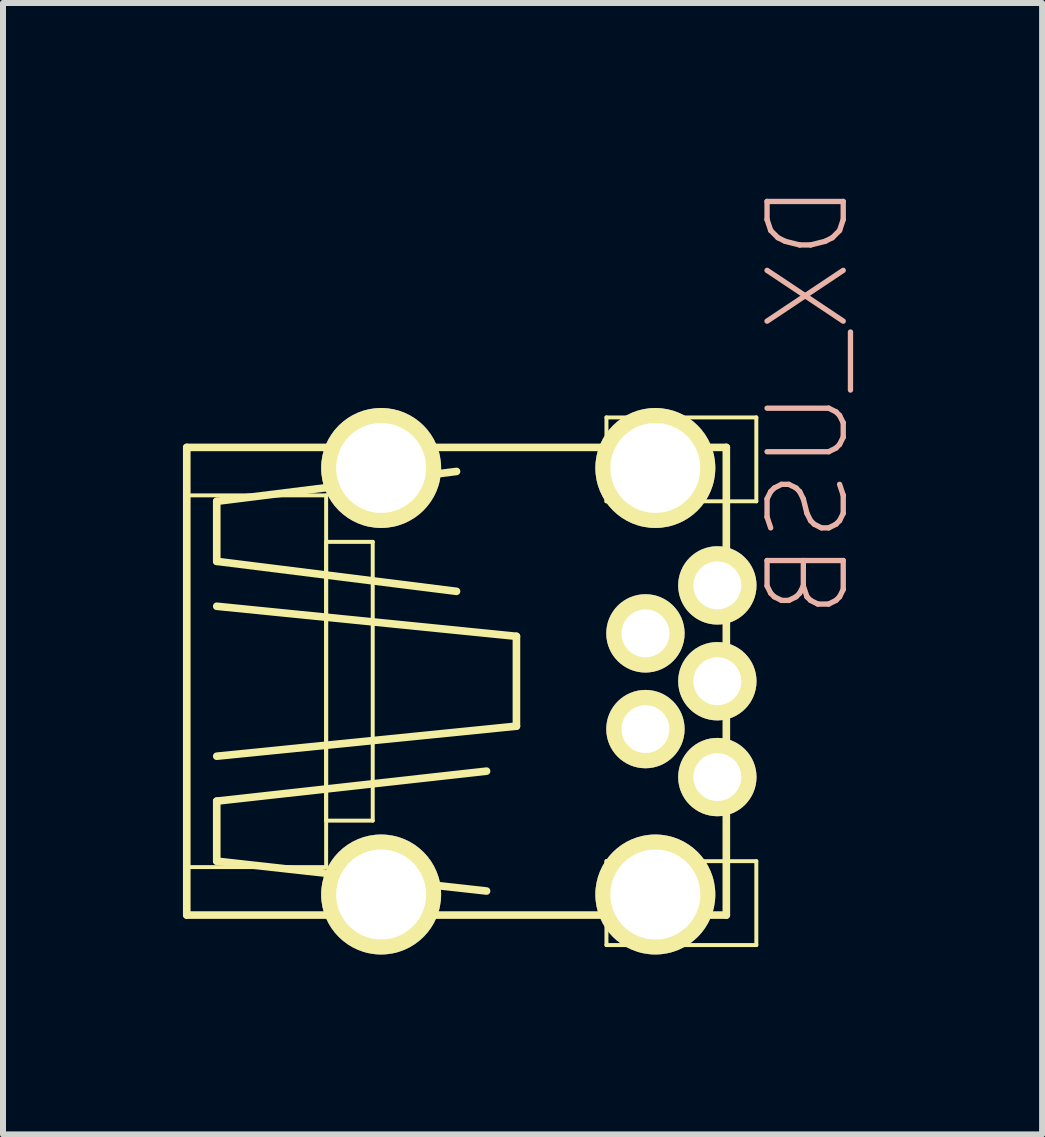
<source format=kicad_pcb>
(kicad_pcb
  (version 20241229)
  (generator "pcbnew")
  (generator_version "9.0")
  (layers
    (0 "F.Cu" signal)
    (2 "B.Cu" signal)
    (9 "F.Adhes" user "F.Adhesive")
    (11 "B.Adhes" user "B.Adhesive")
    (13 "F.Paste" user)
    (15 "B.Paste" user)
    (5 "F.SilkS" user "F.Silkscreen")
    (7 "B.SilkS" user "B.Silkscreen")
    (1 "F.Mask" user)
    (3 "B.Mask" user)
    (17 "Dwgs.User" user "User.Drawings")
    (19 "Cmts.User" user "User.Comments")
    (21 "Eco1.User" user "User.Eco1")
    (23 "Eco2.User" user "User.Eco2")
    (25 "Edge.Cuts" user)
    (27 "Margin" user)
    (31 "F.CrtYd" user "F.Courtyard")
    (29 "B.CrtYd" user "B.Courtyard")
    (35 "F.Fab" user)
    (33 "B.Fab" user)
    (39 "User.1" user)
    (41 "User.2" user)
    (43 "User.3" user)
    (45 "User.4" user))
  (footprint "DX_USB"
    (layer "F.Cu")
    (at 3.813 8.309)
    (property "Reference" "DX_USB" (at 6.614 -4.674 90) (layer "B.SilkS") (effects (font (size 1.27 1.27) (thickness 0.089)) (justify mirror)))
    (attr exclude_from_pos_files exclude_from_bom)
    (fp_line (start -3.749 -3.899) (end -3.749 3.899) (stroke (width 0.127) (type solid)) (layer "F.SilkS"))
    (fp_line (start -3.749 -3.899) (end 5.248 -3.899) (stroke (width 0.127) (type solid)) (layer "F.SilkS"))
    (fp_line (start -3.749 -3.099) (end -1.425 -3.099) (stroke (width 0.066) (type solid)) (layer "F.SilkS"))
    (fp_line (start -3.749 3.099) (end -3.749 -3.099) (stroke (width 0.066) (type solid)) (layer "F.SilkS"))
    (fp_line (start -3.749 3.099) (end -1.425 3.099) (stroke (width 0.066) (type solid)) (layer "F.SilkS"))
    (fp_line (start -3.749 3.899) (end 5.248 3.899) (stroke (width 0.127) (type solid)) (layer "F.SilkS"))
    (fp_line (start -3.249 -3) (end -3.249 -1.999) (stroke (width 0.127) (type solid)) (layer "F.SilkS"))
    (fp_line (start -3.249 -1.999) (end 0.749 -1.499) (stroke (width 0.127) (type solid)) (layer "F.SilkS"))
    (fp_line (start -3.249 -1.25) (end 1.748 -0.749) (stroke (width 0.127) (type solid)) (layer "F.SilkS"))
    (fp_line (start -3.249 1.999) (end 1.25 1.499) (stroke (width 0.127) (type solid)) (layer "F.SilkS"))
    (fp_line (start -3.249 3) (end -3.249 1.999) (stroke (width 0.127) (type solid)) (layer "F.SilkS"))
    (fp_line (start -1.425 -2.324) (end -0.648 -2.324) (stroke (width 0.066) (type solid)) (layer "F.SilkS"))
    (fp_line (start -1.425 2.324) (end -1.425 -2.324) (stroke (width 0.066) (type solid)) (layer "F.SilkS"))
    (fp_line (start -1.425 2.324) (end -0.648 2.324) (stroke (width 0.066) (type solid)) (layer "F.SilkS"))
    (fp_line (start -1.425 3.099) (end -1.425 -3.099) (stroke (width 0.066) (type solid)) (layer "F.SilkS"))
    (fp_line (start -0.648 2.324) (end -0.648 -2.324) (stroke (width 0.066) (type solid)) (layer "F.SilkS"))
    (fp_line (start 0.749 -3.498) (end -3.249 -3) (stroke (width 0.127) (type solid)) (layer "F.SilkS"))
    (fp_line (start 1.25 3.498) (end -3.249 3) (stroke (width 0.127) (type solid)) (layer "F.SilkS"))
    (fp_line (start 1.748 -0.749) (end 1.748 0.749) (stroke (width 0.127) (type solid)) (layer "F.SilkS"))
    (fp_line (start 1.748 0.749) (end -3.249 1.25) (stroke (width 0.127) (type solid)) (layer "F.SilkS"))
    (fp_line (start 3.249 -4.399) (end 5.748 -4.399) (stroke (width 0.066) (type solid)) (layer "F.SilkS"))
    (fp_line (start 3.249 -3) (end 3.249 -4.399) (stroke (width 0.066) (type solid)) (layer "F.SilkS"))
    (fp_line (start 3.249 -3) (end 5.748 -3) (stroke (width 0.066) (type solid)) (layer "F.SilkS"))
    (fp_line (start 3.249 3) (end 5.748 3) (stroke (width 0.066) (type solid)) (layer "F.SilkS"))
    (fp_line (start 3.249 4.399) (end 3.249 3) (stroke (width 0.066) (type solid)) (layer "F.SilkS"))
    (fp_line (start 3.249 4.399) (end 5.748 4.399) (stroke (width 0.066) (type solid)) (layer "F.SilkS"))
    (fp_line (start 5.248 -3.899) (end 5.248 3.899) (stroke (width 0.127) (type solid)) (layer "F.SilkS"))
    (fp_line (start 5.748 -3) (end 5.748 -4.399) (stroke (width 0.066) (type solid)) (layer "F.SilkS"))
    (fp_line (start 5.748 4.399) (end 5.748 3) (stroke (width 0.066) (type solid)) (layer "F.SilkS"))
    (pad "" thru_hole circle (at -0.508 -3.556) (size 2 2) (drill 1.5) (layers "*.Cu" "F.Mask" "F.SilkS" "F.Paste"))
    (pad "" thru_hole circle (at -0.508 3.556) (size 2 2) (drill 1.5) (layers "*.Cu" "F.Mask" "F.SilkS" "F.Paste"))
    (pad "" thru_hole circle (at 4.064 -3.556) (size 2 2) (drill 1.5) (layers "*.Cu" "F.Mask" "F.SilkS" "F.Paste"))
    (pad "" thru_hole circle (at 4.064 3.556) (size 2 2) (drill 1.5) (layers "*.Cu" "F.Mask" "F.SilkS" "F.Paste"))
    (pad "1" thru_hole circle (at 5.098 -1.598) (size 1.306 1.306) (drill 0.798) (layers "*.Cu" "F.Mask" "F.SilkS" "F.Paste"))
    (pad "2" thru_hole circle (at 3.899 -0.798) (size 1.306 1.306) (drill 0.798) (layers "*.Cu" "F.Mask" "F.SilkS" "F.Paste"))
    (pad "3" thru_hole circle (at 5.098 0) (size 1.306 1.306) (drill 0.798) (layers "*.Cu" "F.Mask" "F.SilkS" "F.Paste"))
    (pad "4" thru_hole circle (at 3.899 0.798) (size 1.306 1.306) (drill 0.798) (layers "*.Cu" "F.Mask" "F.SilkS" "F.Paste"))
    (pad "5" thru_hole circle (at 5.098 1.598) (size 1.306 1.306) (drill 0.798) (layers "*.Cu" "F.Mask" "F.SilkS" "F.Paste")))
  (gr_rect
    (start -3 -3)
    (end 14.326 15.865)
    (stroke (width 0.1) (type default))
    (fill no)
    (layer "Edge.Cuts")))
</source>
